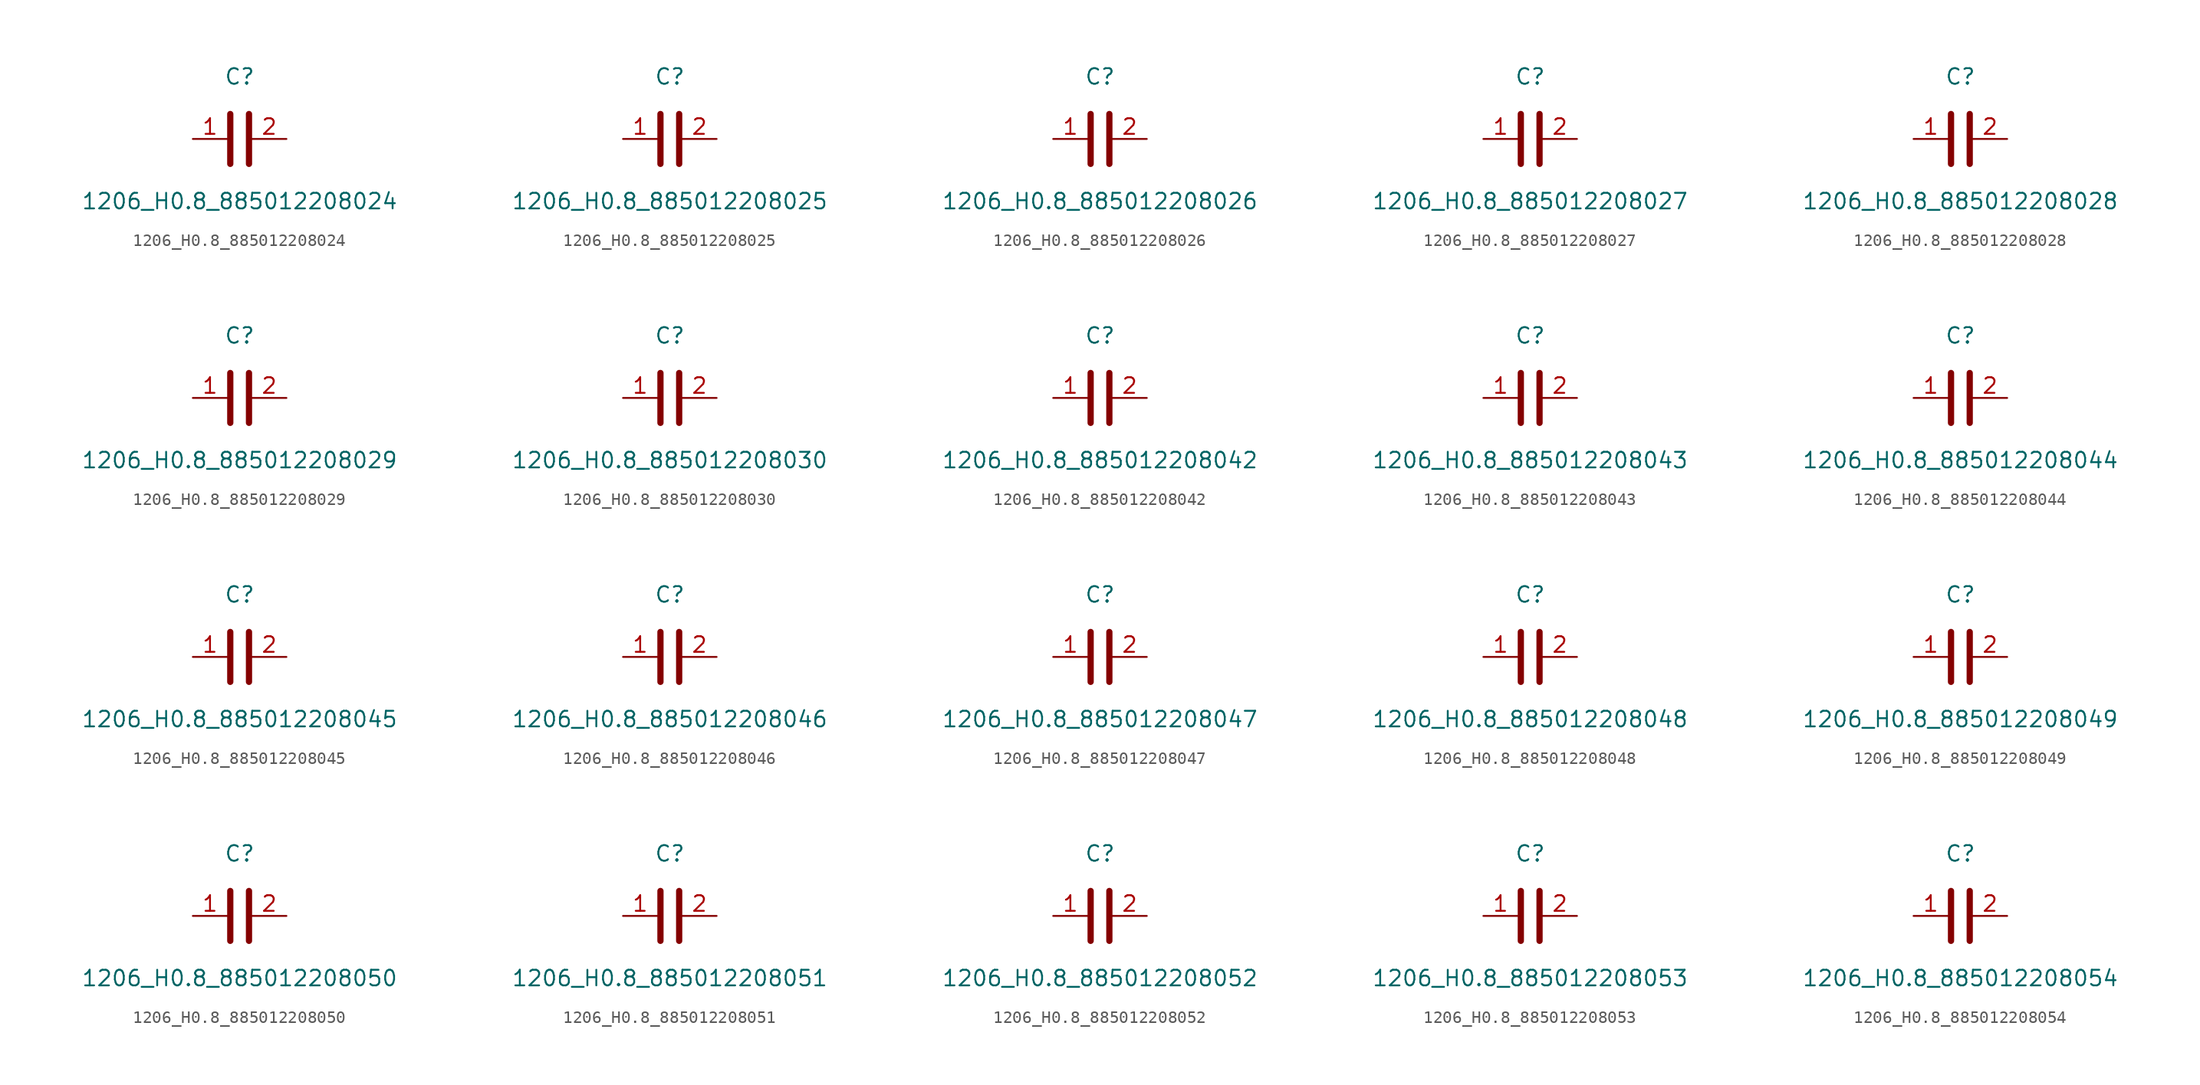
<source format=kicad_sym>
(kicad_symbol_lib
  (version 20220914)
  (generator kicad_symbol_editor)
  (symbol "1206_H0.8_885012208024"
    (pin_names hide)
    (property "Reference" "C"
      (at 0 5.08 0)
      (effects (font (size 1.27 1.27))))
    (property "Value" "1206_H0.8_885012208024"
      (at 0 -5.08 0)
      (effects (font (size 1.27 1.27))))
    (symbol "1206_H0.8_885012208024_0_1"
      (polyline (pts (xy -0.762 -2.032) (xy -0.762 2.032)) (stroke (width 0.508) (type default)) (fill (type none)))
      (polyline (pts (xy 0.762 -2.032) (xy 0.762 2.032)) (stroke (width 0.508) (type default)) (fill (type none))))
    (symbol "1206_H0.8_885012208024_1_1"
      (pin passive line (at -3.81 0 0) (length 2.794) (name "1" (effects (font (size 1.27 1.27)))) (number "1" (effects (font (size 1.27 1.27)))))
      (pin passive line (at 3.81 0 180) (length 2.794) (name "2" (effects (font (size 1.27 1.27)))) (number "2" (effects (font (size 1.27 1.27)))))))
  (symbol "1206_H0.8_885012208025"
    (pin_names hide)
    (property "Reference" "C"
      (at 0 5.08 0)
      (effects (font (size 1.27 1.27))))
    (property "Value" "1206_H0.8_885012208025"
      (at 0 -5.08 0)
      (effects (font (size 1.27 1.27))))
    (symbol "1206_H0.8_885012208025_0_1"
      (polyline (pts (xy -0.762 -2.032) (xy -0.762 2.032)) (stroke (width 0.508) (type default)) (fill (type none)))
      (polyline (pts (xy 0.762 -2.032) (xy 0.762 2.032)) (stroke (width 0.508) (type default)) (fill (type none))))
    (symbol "1206_H0.8_885012208025_1_1"
      (pin passive line (at -3.81 0 0) (length 2.794) (name "1" (effects (font (size 1.27 1.27)))) (number "1" (effects (font (size 1.27 1.27)))))
      (pin passive line (at 3.81 0 180) (length 2.794) (name "2" (effects (font (size 1.27 1.27)))) (number "2" (effects (font (size 1.27 1.27)))))))
  (symbol "1206_H0.8_885012208026"
    (pin_names hide)
    (property "Reference" "C"
      (at 0 5.08 0)
      (effects (font (size 1.27 1.27))))
    (property "Value" "1206_H0.8_885012208026"
      (at 0 -5.08 0)
      (effects (font (size 1.27 1.27))))
    (symbol "1206_H0.8_885012208026_0_1"
      (polyline (pts (xy -0.762 -2.032) (xy -0.762 2.032)) (stroke (width 0.508) (type default)) (fill (type none)))
      (polyline (pts (xy 0.762 -2.032) (xy 0.762 2.032)) (stroke (width 0.508) (type default)) (fill (type none))))
    (symbol "1206_H0.8_885012208026_1_1"
      (pin passive line (at -3.81 0 0) (length 2.794) (name "1" (effects (font (size 1.27 1.27)))) (number "1" (effects (font (size 1.27 1.27)))))
      (pin passive line (at 3.81 0 180) (length 2.794) (name "2" (effects (font (size 1.27 1.27)))) (number "2" (effects (font (size 1.27 1.27)))))))
  (symbol "1206_H0.8_885012208027"
    (pin_names hide)
    (property "Reference" "C"
      (at 0 5.08 0)
      (effects (font (size 1.27 1.27))))
    (property "Value" "1206_H0.8_885012208027"
      (at 0 -5.08 0)
      (effects (font (size 1.27 1.27))))
    (symbol "1206_H0.8_885012208027_0_1"
      (polyline (pts (xy -0.762 -2.032) (xy -0.762 2.032)) (stroke (width 0.508) (type default)) (fill (type none)))
      (polyline (pts (xy 0.762 -2.032) (xy 0.762 2.032)) (stroke (width 0.508) (type default)) (fill (type none))))
    (symbol "1206_H0.8_885012208027_1_1"
      (pin passive line (at -3.81 0 0) (length 2.794) (name "1" (effects (font (size 1.27 1.27)))) (number "1" (effects (font (size 1.27 1.27)))))
      (pin passive line (at 3.81 0 180) (length 2.794) (name "2" (effects (font (size 1.27 1.27)))) (number "2" (effects (font (size 1.27 1.27)))))))
  (symbol "1206_H0.8_885012208028"
    (pin_names hide)
    (property "Reference" "C"
      (at 0 5.08 0)
      (effects (font (size 1.27 1.27))))
    (property "Value" "1206_H0.8_885012208028"
      (at 0 -5.08 0)
      (effects (font (size 1.27 1.27))))
    (symbol "1206_H0.8_885012208028_0_1"
      (polyline (pts (xy -0.762 -2.032) (xy -0.762 2.032)) (stroke (width 0.508) (type default)) (fill (type none)))
      (polyline (pts (xy 0.762 -2.032) (xy 0.762 2.032)) (stroke (width 0.508) (type default)) (fill (type none))))
    (symbol "1206_H0.8_885012208028_1_1"
      (pin passive line (at -3.81 0 0) (length 2.794) (name "1" (effects (font (size 1.27 1.27)))) (number "1" (effects (font (size 1.27 1.27)))))
      (pin passive line (at 3.81 0 180) (length 2.794) (name "2" (effects (font (size 1.27 1.27)))) (number "2" (effects (font (size 1.27 1.27)))))))
  (symbol "1206_H0.8_885012208029"
    (pin_names hide)
    (property "Reference" "C"
      (at 0 5.08 0)
      (effects (font (size 1.27 1.27))))
    (property "Value" "1206_H0.8_885012208029"
      (at 0 -5.08 0)
      (effects (font (size 1.27 1.27))))
    (symbol "1206_H0.8_885012208029_0_1"
      (polyline (pts (xy -0.762 -2.032) (xy -0.762 2.032)) (stroke (width 0.508) (type default)) (fill (type none)))
      (polyline (pts (xy 0.762 -2.032) (xy 0.762 2.032)) (stroke (width 0.508) (type default)) (fill (type none))))
    (symbol "1206_H0.8_885012208029_1_1"
      (pin passive line (at -3.81 0 0) (length 2.794) (name "1" (effects (font (size 1.27 1.27)))) (number "1" (effects (font (size 1.27 1.27)))))
      (pin passive line (at 3.81 0 180) (length 2.794) (name "2" (effects (font (size 1.27 1.27)))) (number "2" (effects (font (size 1.27 1.27)))))))
  (symbol "1206_H0.8_885012208030"
    (pin_names hide)
    (property "Reference" "C"
      (at 0 5.08 0)
      (effects (font (size 1.27 1.27))))
    (property "Value" "1206_H0.8_885012208030"
      (at 0 -5.08 0)
      (effects (font (size 1.27 1.27))))
    (symbol "1206_H0.8_885012208030_0_1"
      (polyline (pts (xy -0.762 -2.032) (xy -0.762 2.032)) (stroke (width 0.508) (type default)) (fill (type none)))
      (polyline (pts (xy 0.762 -2.032) (xy 0.762 2.032)) (stroke (width 0.508) (type default)) (fill (type none))))
    (symbol "1206_H0.8_885012208030_1_1"
      (pin passive line (at -3.81 0 0) (length 2.794) (name "1" (effects (font (size 1.27 1.27)))) (number "1" (effects (font (size 1.27 1.27)))))
      (pin passive line (at 3.81 0 180) (length 2.794) (name "2" (effects (font (size 1.27 1.27)))) (number "2" (effects (font (size 1.27 1.27)))))))
  (symbol "1206_H0.8_885012208042"
    (pin_names hide)
    (property "Reference" "C"
      (at 0 5.08 0)
      (effects (font (size 1.27 1.27))))
    (property "Value" "1206_H0.8_885012208042"
      (at 0 -5.08 0)
      (effects (font (size 1.27 1.27))))
    (symbol "1206_H0.8_885012208042_0_1"
      (polyline (pts (xy -0.762 -2.032) (xy -0.762 2.032)) (stroke (width 0.508) (type default)) (fill (type none)))
      (polyline (pts (xy 0.762 -2.032) (xy 0.762 2.032)) (stroke (width 0.508) (type default)) (fill (type none))))
    (symbol "1206_H0.8_885012208042_1_1"
      (pin passive line (at -3.81 0 0) (length 2.794) (name "1" (effects (font (size 1.27 1.27)))) (number "1" (effects (font (size 1.27 1.27)))))
      (pin passive line (at 3.81 0 180) (length 2.794) (name "2" (effects (font (size 1.27 1.27)))) (number "2" (effects (font (size 1.27 1.27)))))))
  (symbol "1206_H0.8_885012208043"
    (pin_names hide)
    (property "Reference" "C"
      (at 0 5.08 0)
      (effects (font (size 1.27 1.27))))
    (property "Value" "1206_H0.8_885012208043"
      (at 0 -5.08 0)
      (effects (font (size 1.27 1.27))))
    (symbol "1206_H0.8_885012208043_0_1"
      (polyline (pts (xy -0.762 -2.032) (xy -0.762 2.032)) (stroke (width 0.508) (type default)) (fill (type none)))
      (polyline (pts (xy 0.762 -2.032) (xy 0.762 2.032)) (stroke (width 0.508) (type default)) (fill (type none))))
    (symbol "1206_H0.8_885012208043_1_1"
      (pin passive line (at -3.81 0 0) (length 2.794) (name "1" (effects (font (size 1.27 1.27)))) (number "1" (effects (font (size 1.27 1.27)))))
      (pin passive line (at 3.81 0 180) (length 2.794) (name "2" (effects (font (size 1.27 1.27)))) (number "2" (effects (font (size 1.27 1.27)))))))
  (symbol "1206_H0.8_885012208044"
    (pin_names hide)
    (property "Reference" "C"
      (at 0 5.08 0)
      (effects (font (size 1.27 1.27))))
    (property "Value" "1206_H0.8_885012208044"
      (at 0 -5.08 0)
      (effects (font (size 1.27 1.27))))
    (symbol "1206_H0.8_885012208044_0_1"
      (polyline (pts (xy -0.762 -2.032) (xy -0.762 2.032)) (stroke (width 0.508) (type default)) (fill (type none)))
      (polyline (pts (xy 0.762 -2.032) (xy 0.762 2.032)) (stroke (width 0.508) (type default)) (fill (type none))))
    (symbol "1206_H0.8_885012208044_1_1"
      (pin passive line (at -3.81 0 0) (length 2.794) (name "1" (effects (font (size 1.27 1.27)))) (number "1" (effects (font (size 1.27 1.27)))))
      (pin passive line (at 3.81 0 180) (length 2.794) (name "2" (effects (font (size 1.27 1.27)))) (number "2" (effects (font (size 1.27 1.27)))))))
  (symbol "1206_H0.8_885012208045"
    (pin_names hide)
    (property "Reference" "C"
      (at 0 5.08 0)
      (effects (font (size 1.27 1.27))))
    (property "Value" "1206_H0.8_885012208045"
      (at 0 -5.08 0)
      (effects (font (size 1.27 1.27))))
    (symbol "1206_H0.8_885012208045_0_1"
      (polyline (pts (xy -0.762 -2.032) (xy -0.762 2.032)) (stroke (width 0.508) (type default)) (fill (type none)))
      (polyline (pts (xy 0.762 -2.032) (xy 0.762 2.032)) (stroke (width 0.508) (type default)) (fill (type none))))
    (symbol "1206_H0.8_885012208045_1_1"
      (pin passive line (at -3.81 0 0) (length 2.794) (name "1" (effects (font (size 1.27 1.27)))) (number "1" (effects (font (size 1.27 1.27)))))
      (pin passive line (at 3.81 0 180) (length 2.794) (name "2" (effects (font (size 1.27 1.27)))) (number "2" (effects (font (size 1.27 1.27)))))))
  (symbol "1206_H0.8_885012208046"
    (pin_names hide)
    (property "Reference" "C"
      (at 0 5.08 0)
      (effects (font (size 1.27 1.27))))
    (property "Value" "1206_H0.8_885012208046"
      (at 0 -5.08 0)
      (effects (font (size 1.27 1.27))))
    (symbol "1206_H0.8_885012208046_0_1"
      (polyline (pts (xy -0.762 -2.032) (xy -0.762 2.032)) (stroke (width 0.508) (type default)) (fill (type none)))
      (polyline (pts (xy 0.762 -2.032) (xy 0.762 2.032)) (stroke (width 0.508) (type default)) (fill (type none))))
    (symbol "1206_H0.8_885012208046_1_1"
      (pin passive line (at -3.81 0 0) (length 2.794) (name "1" (effects (font (size 1.27 1.27)))) (number "1" (effects (font (size 1.27 1.27)))))
      (pin passive line (at 3.81 0 180) (length 2.794) (name "2" (effects (font (size 1.27 1.27)))) (number "2" (effects (font (size 1.27 1.27)))))))
  (symbol "1206_H0.8_885012208047"
    (pin_names hide)
    (property "Reference" "C"
      (at 0 5.08 0)
      (effects (font (size 1.27 1.27))))
    (property "Value" "1206_H0.8_885012208047"
      (at 0 -5.08 0)
      (effects (font (size 1.27 1.27))))
    (symbol "1206_H0.8_885012208047_0_1"
      (polyline (pts (xy -0.762 -2.032) (xy -0.762 2.032)) (stroke (width 0.508) (type default)) (fill (type none)))
      (polyline (pts (xy 0.762 -2.032) (xy 0.762 2.032)) (stroke (width 0.508) (type default)) (fill (type none))))
    (symbol "1206_H0.8_885012208047_1_1"
      (pin passive line (at -3.81 0 0) (length 2.794) (name "1" (effects (font (size 1.27 1.27)))) (number "1" (effects (font (size 1.27 1.27)))))
      (pin passive line (at 3.81 0 180) (length 2.794) (name "2" (effects (font (size 1.27 1.27)))) (number "2" (effects (font (size 1.27 1.27)))))))
  (symbol "1206_H0.8_885012208048"
    (pin_names hide)
    (property "Reference" "C"
      (at 0 5.08 0)
      (effects (font (size 1.27 1.27))))
    (property "Value" "1206_H0.8_885012208048"
      (at 0 -5.08 0)
      (effects (font (size 1.27 1.27))))
    (symbol "1206_H0.8_885012208048_0_1"
      (polyline (pts (xy -0.762 -2.032) (xy -0.762 2.032)) (stroke (width 0.508) (type default)) (fill (type none)))
      (polyline (pts (xy 0.762 -2.032) (xy 0.762 2.032)) (stroke (width 0.508) (type default)) (fill (type none))))
    (symbol "1206_H0.8_885012208048_1_1"
      (pin passive line (at -3.81 0 0) (length 2.794) (name "1" (effects (font (size 1.27 1.27)))) (number "1" (effects (font (size 1.27 1.27)))))
      (pin passive line (at 3.81 0 180) (length 2.794) (name "2" (effects (font (size 1.27 1.27)))) (number "2" (effects (font (size 1.27 1.27)))))))
  (symbol "1206_H0.8_885012208049"
    (pin_names hide)
    (property "Reference" "C"
      (at 0 5.08 0)
      (effects (font (size 1.27 1.27))))
    (property "Value" "1206_H0.8_885012208049"
      (at 0 -5.08 0)
      (effects (font (size 1.27 1.27))))
    (symbol "1206_H0.8_885012208049_0_1"
      (polyline (pts (xy -0.762 -2.032) (xy -0.762 2.032)) (stroke (width 0.508) (type default)) (fill (type none)))
      (polyline (pts (xy 0.762 -2.032) (xy 0.762 2.032)) (stroke (width 0.508) (type default)) (fill (type none))))
    (symbol "1206_H0.8_885012208049_1_1"
      (pin passive line (at -3.81 0 0) (length 2.794) (name "1" (effects (font (size 1.27 1.27)))) (number "1" (effects (font (size 1.27 1.27)))))
      (pin passive line (at 3.81 0 180) (length 2.794) (name "2" (effects (font (size 1.27 1.27)))) (number "2" (effects (font (size 1.27 1.27)))))))
  (symbol "1206_H0.8_885012208050"
    (pin_names hide)
    (property "Reference" "C"
      (at 0 5.08 0)
      (effects (font (size 1.27 1.27))))
    (property "Value" "1206_H0.8_885012208050"
      (at 0 -5.08 0)
      (effects (font (size 1.27 1.27))))
    (symbol "1206_H0.8_885012208050_0_1"
      (polyline (pts (xy -0.762 -2.032) (xy -0.762 2.032)) (stroke (width 0.508) (type default)) (fill (type none)))
      (polyline (pts (xy 0.762 -2.032) (xy 0.762 2.032)) (stroke (width 0.508) (type default)) (fill (type none))))
    (symbol "1206_H0.8_885012208050_1_1"
      (pin passive line (at -3.81 0 0) (length 2.794) (name "1" (effects (font (size 1.27 1.27)))) (number "1" (effects (font (size 1.27 1.27)))))
      (pin passive line (at 3.81 0 180) (length 2.794) (name "2" (effects (font (size 1.27 1.27)))) (number "2" (effects (font (size 1.27 1.27)))))))
  (symbol "1206_H0.8_885012208051"
    (pin_names hide)
    (property "Reference" "C"
      (at 0 5.08 0)
      (effects (font (size 1.27 1.27))))
    (property "Value" "1206_H0.8_885012208051"
      (at 0 -5.08 0)
      (effects (font (size 1.27 1.27))))
    (symbol "1206_H0.8_885012208051_0_1"
      (polyline (pts (xy -0.762 -2.032) (xy -0.762 2.032)) (stroke (width 0.508) (type default)) (fill (type none)))
      (polyline (pts (xy 0.762 -2.032) (xy 0.762 2.032)) (stroke (width 0.508) (type default)) (fill (type none))))
    (symbol "1206_H0.8_885012208051_1_1"
      (pin passive line (at -3.81 0 0) (length 2.794) (name "1" (effects (font (size 1.27 1.27)))) (number "1" (effects (font (size 1.27 1.27)))))
      (pin passive line (at 3.81 0 180) (length 2.794) (name "2" (effects (font (size 1.27 1.27)))) (number "2" (effects (font (size 1.27 1.27)))))))
  (symbol "1206_H0.8_885012208052"
    (pin_names hide)
    (property "Reference" "C"
      (at 0 5.08 0)
      (effects (font (size 1.27 1.27))))
    (property "Value" "1206_H0.8_885012208052"
      (at 0 -5.08 0)
      (effects (font (size 1.27 1.27))))
    (symbol "1206_H0.8_885012208052_0_1"
      (polyline (pts (xy -0.762 -2.032) (xy -0.762 2.032)) (stroke (width 0.508) (type default)) (fill (type none)))
      (polyline (pts (xy 0.762 -2.032) (xy 0.762 2.032)) (stroke (width 0.508) (type default)) (fill (type none))))
    (symbol "1206_H0.8_885012208052_1_1"
      (pin passive line (at -3.81 0 0) (length 2.794) (name "1" (effects (font (size 1.27 1.27)))) (number "1" (effects (font (size 1.27 1.27)))))
      (pin passive line (at 3.81 0 180) (length 2.794) (name "2" (effects (font (size 1.27 1.27)))) (number "2" (effects (font (size 1.27 1.27)))))))
  (symbol "1206_H0.8_885012208053"
    (pin_names hide)
    (property "Reference" "C"
      (at 0 5.08 0)
      (effects (font (size 1.27 1.27))))
    (property "Value" "1206_H0.8_885012208053"
      (at 0 -5.08 0)
      (effects (font (size 1.27 1.27))))
    (symbol "1206_H0.8_885012208053_0_1"
      (polyline (pts (xy -0.762 -2.032) (xy -0.762 2.032)) (stroke (width 0.508) (type default)) (fill (type none)))
      (polyline (pts (xy 0.762 -2.032) (xy 0.762 2.032)) (stroke (width 0.508) (type default)) (fill (type none))))
    (symbol "1206_H0.8_885012208053_1_1"
      (pin passive line (at -3.81 0 0) (length 2.794) (name "1" (effects (font (size 1.27 1.27)))) (number "1" (effects (font (size 1.27 1.27)))))
      (pin passive line (at 3.81 0 180) (length 2.794) (name "2" (effects (font (size 1.27 1.27)))) (number "2" (effects (font (size 1.27 1.27)))))))
  (symbol "1206_H0.8_885012208054"
    (pin_names hide)
    (property "Reference" "C"
      (at 0 5.08 0)
      (effects (font (size 1.27 1.27))))
    (property "Value" "1206_H0.8_885012208054"
      (at 0 -5.08 0)
      (effects (font (size 1.27 1.27))))
    (symbol "1206_H0.8_885012208054_0_1"
      (polyline (pts (xy -0.762 -2.032) (xy -0.762 2.032)) (stroke (width 0.508) (type default)) (fill (type none)))
      (polyline (pts (xy 0.762 -2.032) (xy 0.762 2.032)) (stroke (width 0.508) (type default)) (fill (type none))))
    (symbol "1206_H0.8_885012208054_1_1"
      (pin passive line (at -3.81 0 0) (length 2.794) (name "1" (effects (font (size 1.27 1.27)))) (number "1" (effects (font (size 1.27 1.27)))))
      (pin passive line (at 3.81 0 180) (length 2.794) (name "2" (effects (font (size 1.27 1.27)))) (number "2" (effects (font (size 1.27 1.27))))))))
</source>
